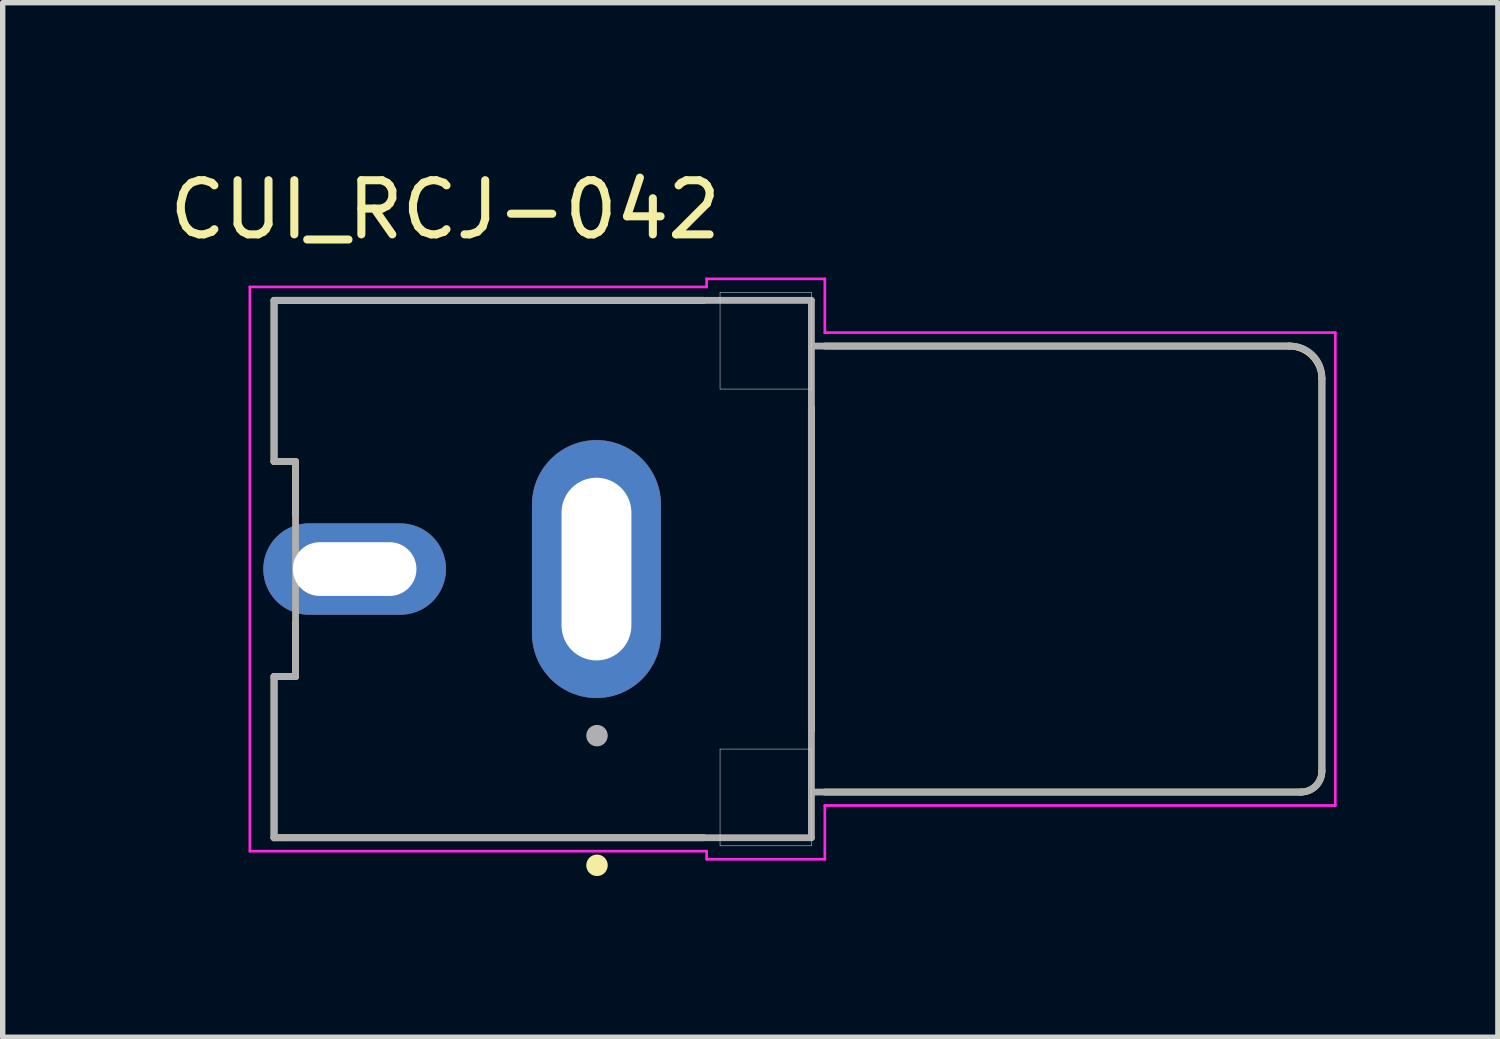
<source format=kicad_pcb>
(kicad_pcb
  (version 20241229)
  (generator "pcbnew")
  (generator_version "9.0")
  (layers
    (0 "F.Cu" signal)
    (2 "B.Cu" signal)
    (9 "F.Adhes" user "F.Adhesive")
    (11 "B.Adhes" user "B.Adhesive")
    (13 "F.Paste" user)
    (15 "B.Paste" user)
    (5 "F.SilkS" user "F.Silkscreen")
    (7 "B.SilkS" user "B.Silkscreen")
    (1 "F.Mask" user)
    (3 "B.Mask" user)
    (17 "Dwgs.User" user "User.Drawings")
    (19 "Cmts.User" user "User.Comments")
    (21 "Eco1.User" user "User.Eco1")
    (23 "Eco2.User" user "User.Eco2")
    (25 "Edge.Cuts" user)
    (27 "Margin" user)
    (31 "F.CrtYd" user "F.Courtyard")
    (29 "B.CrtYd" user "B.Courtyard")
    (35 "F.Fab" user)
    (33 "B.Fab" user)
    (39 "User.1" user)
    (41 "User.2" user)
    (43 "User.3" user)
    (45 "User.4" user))
  (footprint "CUI_RCJ-042"
    (layer "F.Cu")
    (at 12.05 7.54)
    (property "Reference" "CUI_RCJ-042" (at -6.815 -6.687 0) (layer "F.SilkS") (effects (font (size 1.008 1.008) (thickness 0.15))))
    (attr through_hole)
    (fp_line (start -10 -5) (end -2 -5) (stroke (width 0.127) (type solid)) (layer "F.SilkS"))
    (fp_line (start -10 -2) (end -10 -5) (stroke (width 0.127) (type solid)) (layer "F.SilkS"))
    (fp_line (start -10 2) (end -9.6 2) (stroke (width 0.127) (type solid)) (layer "F.SilkS"))
    (fp_line (start -10 5) (end -10 2) (stroke (width 0.127) (type solid)) (layer "F.SilkS"))
    (fp_line (start -10 5) (end -2 5) (stroke (width 0.127) (type solid)) (layer "F.SilkS"))
    (fp_line (start -9.6 -2) (end -10 -2) (stroke (width 0.127) (type solid)) (layer "F.SilkS"))
    (fp_line (start -9.6 -1) (end -9.6 -2) (stroke (width 0.127) (type solid)) (layer "F.SilkS"))
    (fp_line (start -9.6 2) (end -9.6 1) (stroke (width 0.127) (type solid)) (layer "F.SilkS"))
    (fp_line (start 0 3) (end 0 -3) (stroke (width 0.127) (type solid)) (layer "F.SilkS"))
    (fp_line (start 0.25 -4.15) (end 8.89 -4.15) (stroke (width 0.127) (type solid)) (layer "F.SilkS"))
    (fp_line (start 9.11 4.15) (end 0.25 4.15) (stroke (width 0.127) (type solid)) (layer "F.SilkS"))
    (fp_line (start 9.5 -3.54) (end 9.5 3.76) (stroke (width 0.127) (type solid)) (layer "F.SilkS"))
    (fp_arc (start 8.89 -4.15) (mid 9.321335 -3.971335) (end 9.5 -3.54) (stroke (width 0.127) (type solid)) (layer "F.SilkS"))
    (fp_arc (start 9.5 3.76) (mid 9.385772 4.035772) (end 9.11 4.15) (stroke (width 0.127) (type solid)) (layer "F.SilkS"))
    (fp_circle (center -3.99 5.513) (end -3.89 5.513) (stroke (width 0.2) (type solid)) (fill no) (layer "F.SilkS"))
    (fp_line (start -1.7 -5.15) (end -1.7 -3.35) (stroke (width 0.01) (type solid)) (layer "Edge.Cuts"))
    (fp_line (start -1.7 -3.35) (end 0 -3.35) (stroke (width 0.01) (type solid)) (layer "Edge.Cuts"))
    (fp_line (start -1.7 3.35) (end -1.7 5.15) (stroke (width 0.01) (type solid)) (layer "Edge.Cuts"))
    (fp_line (start -1.7 5.15) (end 0 5.15) (stroke (width 0.01) (type solid)) (layer "Edge.Cuts"))
    (fp_line (start 0 -5.15) (end -1.7 -5.15) (stroke (width 0.01) (type solid)) (layer "Edge.Cuts"))
    (fp_line (start 0 -3.35) (end 0 -5.15) (stroke (width 0.01) (type solid)) (layer "Edge.Cuts"))
    (fp_line (start 0 3.35) (end -1.7 3.35) (stroke (width 0.01) (type solid)) (layer "Edge.Cuts"))
    (fp_line (start 0 5.15) (end 0 3.35) (stroke (width 0.01) (type solid)) (layer "Edge.Cuts"))
    (fp_line (start -10.45 -5.25) (end -10.45 5.25) (stroke (width 0.05) (type solid)) (layer "F.CrtYd"))
    (fp_line (start -10.45 5.25) (end -1.95 5.25) (stroke (width 0.05) (type solid)) (layer "F.CrtYd"))
    (fp_line (start -1.95 -5.4) (end -1.95 -5.25) (stroke (width 0.05) (type solid)) (layer "F.CrtYd"))
    (fp_line (start -1.95 -5.25) (end -10.45 -5.25) (stroke (width 0.05) (type solid)) (layer "F.CrtYd"))
    (fp_line (start -1.95 5.25) (end -1.95 5.4) (stroke (width 0.05) (type solid)) (layer "F.CrtYd"))
    (fp_line (start -1.95 5.4) (end 0.25 5.4) (stroke (width 0.05) (type solid)) (layer "F.CrtYd"))
    (fp_line (start 0.25 -5.4) (end -1.95 -5.4) (stroke (width 0.05) (type solid)) (layer "F.CrtYd"))
    (fp_line (start 0.25 -4.4) (end 0.25 -5.4) (stroke (width 0.05) (type solid)) (layer "F.CrtYd"))
    (fp_line (start 0.25 4.4) (end 9.75 4.4) (stroke (width 0.05) (type solid)) (layer "F.CrtYd"))
    (fp_line (start 0.25 5.4) (end 0.25 4.4) (stroke (width 0.05) (type solid)) (layer "F.CrtYd"))
    (fp_line (start 9.75 -4.4) (end 0.25 -4.4) (stroke (width 0.05) (type solid)) (layer "F.CrtYd"))
    (fp_line (start 9.75 4.4) (end 9.75 -4.4) (stroke (width 0.05) (type solid)) (layer "F.CrtYd"))
    (fp_line (start -10 -5) (end 0 -5) (stroke (width 0.127) (type solid)) (layer "F.Fab"))
    (fp_line (start -10 -2) (end -10 -5) (stroke (width 0.127) (type solid)) (layer "F.Fab"))
    (fp_line (start -10 2) (end -9.6 2) (stroke (width 0.127) (type solid)) (layer "F.Fab"))
    (fp_line (start -10 5) (end -10 2) (stroke (width 0.127) (type solid)) (layer "F.Fab"))
    (fp_line (start -9.6 -2) (end -10 -2) (stroke (width 0.127) (type solid)) (layer "F.Fab"))
    (fp_line (start -9.6 2) (end -9.6 -2) (stroke (width 0.127) (type solid)) (layer "F.Fab"))
    (fp_line (start 0 -5) (end 0 -4.15) (stroke (width 0.127) (type solid)) (layer "F.Fab"))
    (fp_line (start 0 -4.15) (end 0 4.15) (stroke (width 0.127) (type solid)) (layer "F.Fab"))
    (fp_line (start 0 -4.15) (end 8.91 -4.15) (stroke (width 0.127) (type solid)) (layer "F.Fab"))
    (fp_line (start 0 4.15) (end 0 5) (stroke (width 0.127) (type solid)) (layer "F.Fab"))
    (fp_line (start 0 5) (end -10 5) (stroke (width 0.127) (type solid)) (layer "F.Fab"))
    (fp_line (start 9.11 4.15) (end 0 4.15) (stroke (width 0.127) (type solid)) (layer "F.Fab"))
    (fp_line (start 9.5 -3.56) (end 9.5 3.76) (stroke (width 0.127) (type solid)) (layer "F.Fab"))
    (fp_arc (start 8.91 -4.15) (mid 9.327193 -3.977193) (end 9.5 -3.56) (stroke (width 0.127) (type solid)) (layer "F.Fab"))
    (fp_arc (start 9.5 3.76) (mid 9.385772 4.035772) (end 9.11 4.15) (stroke (width 0.127) (type solid)) (layer "F.Fab"))
    (fp_circle (center -3.99 3.1) (end -3.89 3.1) (stroke (width 0.2) (type solid)) (fill no) (layer "F.Fab"))
    (pad "1" thru_hole oval (at -4 0) (size 2.4 4.8) (drill oval 1.3 3.4) (layers "*.Cu" "*.Mask"))
    (pad "2" thru_hole oval (at -8.5 0) (size 3.4 1.7) (drill oval 2.3 1) (layers "*.Cu" "*.Mask")))
  (gr_rect
    (start -3 -3)
    (end 24.825 16.253)
    (stroke (width 0.1) (type default))
    (fill no)
    (layer "Edge.Cuts")))
</source>
